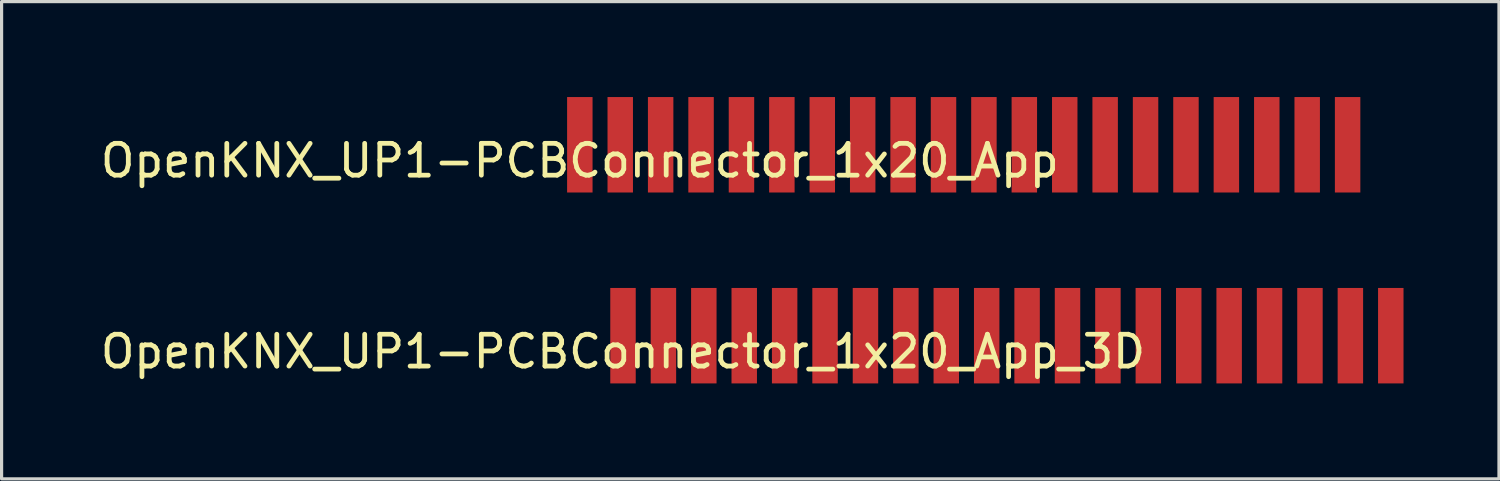
<source format=kicad_pcb>
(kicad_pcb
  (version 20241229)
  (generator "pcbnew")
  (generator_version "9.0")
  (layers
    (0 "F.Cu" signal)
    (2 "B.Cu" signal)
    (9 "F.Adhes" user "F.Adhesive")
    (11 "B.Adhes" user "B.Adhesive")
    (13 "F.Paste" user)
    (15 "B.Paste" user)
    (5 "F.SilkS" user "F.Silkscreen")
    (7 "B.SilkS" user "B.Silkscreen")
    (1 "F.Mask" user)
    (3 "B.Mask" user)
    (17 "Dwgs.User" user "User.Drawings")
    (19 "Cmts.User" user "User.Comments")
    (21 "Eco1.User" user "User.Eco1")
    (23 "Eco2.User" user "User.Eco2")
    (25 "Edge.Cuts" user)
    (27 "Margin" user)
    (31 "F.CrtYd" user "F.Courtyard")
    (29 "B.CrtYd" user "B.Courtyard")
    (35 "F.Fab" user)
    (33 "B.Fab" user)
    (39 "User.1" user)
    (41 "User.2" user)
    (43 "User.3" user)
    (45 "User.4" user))
  (footprint "OpenKNX_UP1-PCBConnector_1x20_App"
    (layer "F.Cu")
    (at 15.173 1.5)
    (property "Reference" "OpenKNX_UP1-PCBConnector_1x20_App" (at 0 0.5 0) (layer "F.SilkS") (effects (font (size 1 1) (thickness 0.15))))
    (attr through_hole)
    (pad "1" smd rect (at 0 0 90) (size 3 0.8) (layers "F.Cu" "F.Mask" "F.Paste"))
    (pad "2" smd rect (at 1.27 0 90) (size 3 0.8) (layers "F.Cu" "F.Mask" "F.Paste"))
    (pad "3" smd rect (at 2.54 0 90) (size 3 0.8) (layers "F.Cu" "F.Mask" "F.Paste"))
    (pad "4" smd rect (at 3.81 0 90) (size 3 0.8) (layers "F.Cu" "F.Mask" "F.Paste"))
    (pad "5" smd rect (at 5.08 0 90) (size 3 0.8) (layers "F.Cu" "F.Mask" "F.Paste"))
    (pad "6" smd rect (at 6.35 0 90) (size 3 0.8) (layers "F.Cu" "F.Mask" "F.Paste"))
    (pad "7" smd rect (at 7.62 0 90) (size 3 0.8) (layers "F.Cu" "F.Mask" "F.Paste"))
    (pad "8" smd rect (at 8.89 0 90) (size 3 0.8) (layers "F.Cu" "F.Mask" "F.Paste"))
    (pad "9" smd rect (at 10.16 0 90) (size 3 0.8) (layers "F.Cu" "F.Mask" "F.Paste"))
    (pad "10" smd rect (at 11.43 0 90) (size 3 0.8) (layers "F.Cu" "F.Mask" "F.Paste"))
    (pad "11" smd rect (at 12.7 0 90) (size 3 0.8) (layers "F.Cu" "F.Mask" "F.Paste"))
    (pad "12" smd rect (at 13.97 0 90) (size 3 0.8) (layers "F.Cu" "F.Mask" "F.Paste"))
    (pad "13" smd rect (at 15.24 0 90) (size 3 0.8) (layers "F.Cu" "F.Mask" "F.Paste"))
    (pad "14" smd rect (at 16.51 0 90) (size 3 0.8) (layers "F.Cu" "F.Mask" "F.Paste"))
    (pad "15" smd rect (at 17.78 0 90) (size 3 0.8) (layers "F.Cu" "F.Mask" "F.Paste"))
    (pad "16" smd rect (at 19.05 0 90) (size 3 0.8) (layers "F.Cu" "F.Mask" "F.Paste"))
    (pad "17" smd rect (at 20.32 0 90) (size 3 0.8) (layers "F.Cu" "F.Mask" "F.Paste"))
    (pad "18" smd rect (at 21.59 0 90) (size 3 0.8) (layers "F.Cu" "F.Mask" "F.Paste"))
    (pad "19" smd rect (at 22.86 0 90) (size 3 0.8) (layers "F.Cu" "F.Mask" "F.Paste"))
    (pad "20" smd rect (at 24.13 0 90) (size 3 0.8) (layers "F.Cu" "F.Mask" "F.Paste")))
  (footprint "OpenKNX_UP1-PCBConnector_1x20_App_3D"
    (layer "F.Cu")
    (at 16.53 7.5)
    (property "Reference" "OpenKNX_UP1-PCBConnector_1x20_App_3D" (at 0 0.5 0) (layer "F.SilkS") (effects (font (size 1 1) (thickness 0.15))))
    (attr through_hole)
    (pad "1" smd rect (at 0 0 90) (size 3 0.8) (layers "F.Cu" "F.Mask" "F.Paste"))
    (pad "2" smd rect (at 1.27 0 90) (size 3 0.8) (layers "F.Cu" "F.Mask" "F.Paste"))
    (pad "3" smd rect (at 2.54 0 90) (size 3 0.8) (layers "F.Cu" "F.Mask" "F.Paste"))
    (pad "4" smd rect (at 3.81 0 90) (size 3 0.8) (layers "F.Cu" "F.Mask" "F.Paste"))
    (pad "5" smd rect (at 5.08 0 90) (size 3 0.8) (layers "F.Cu" "F.Mask" "F.Paste"))
    (pad "6" smd rect (at 6.35 0 90) (size 3 0.8) (layers "F.Cu" "F.Mask" "F.Paste"))
    (pad "7" smd rect (at 7.62 0 90) (size 3 0.8) (layers "F.Cu" "F.Mask" "F.Paste"))
    (pad "8" smd rect (at 8.89 0 90) (size 3 0.8) (layers "F.Cu" "F.Mask" "F.Paste"))
    (pad "9" smd rect (at 10.16 0 90) (size 3 0.8) (layers "F.Cu" "F.Mask" "F.Paste"))
    (pad "10" smd rect (at 11.43 0 90) (size 3 0.8) (layers "F.Cu" "F.Mask" "F.Paste"))
    (pad "11" smd rect (at 12.7 0 90) (size 3 0.8) (layers "F.Cu" "F.Mask" "F.Paste"))
    (pad "12" smd rect (at 13.97 0 90) (size 3 0.8) (layers "F.Cu" "F.Mask" "F.Paste"))
    (pad "13" smd rect (at 15.24 0 90) (size 3 0.8) (layers "F.Cu" "F.Mask" "F.Paste"))
    (pad "14" smd rect (at 16.51 0 90) (size 3 0.8) (layers "F.Cu" "F.Mask" "F.Paste"))
    (pad "15" smd rect (at 17.78 0 90) (size 3 0.8) (layers "F.Cu" "F.Mask" "F.Paste"))
    (pad "16" smd rect (at 19.05 0 90) (size 3 0.8) (layers "F.Cu" "F.Mask" "F.Paste"))
    (pad "17" smd rect (at 20.32 0 90) (size 3 0.8) (layers "F.Cu" "F.Mask" "F.Paste"))
    (pad "18" smd rect (at 21.59 0 90) (size 3 0.8) (layers "F.Cu" "F.Mask" "F.Paste"))
    (pad "19" smd rect (at 22.86 0 90) (size 3 0.8) (layers "F.Cu" "F.Mask" "F.Paste"))
    (pad "20" smd rect (at 24.13 0 90) (size 3 0.8) (layers "F.Cu" "F.Mask" "F.Paste")))
  (gr_rect
    (start -3 -3)
    (end 44.06 12)
    (stroke (width 0.1) (type default))
    (fill no)
    (layer "Edge.Cuts")))
</source>
